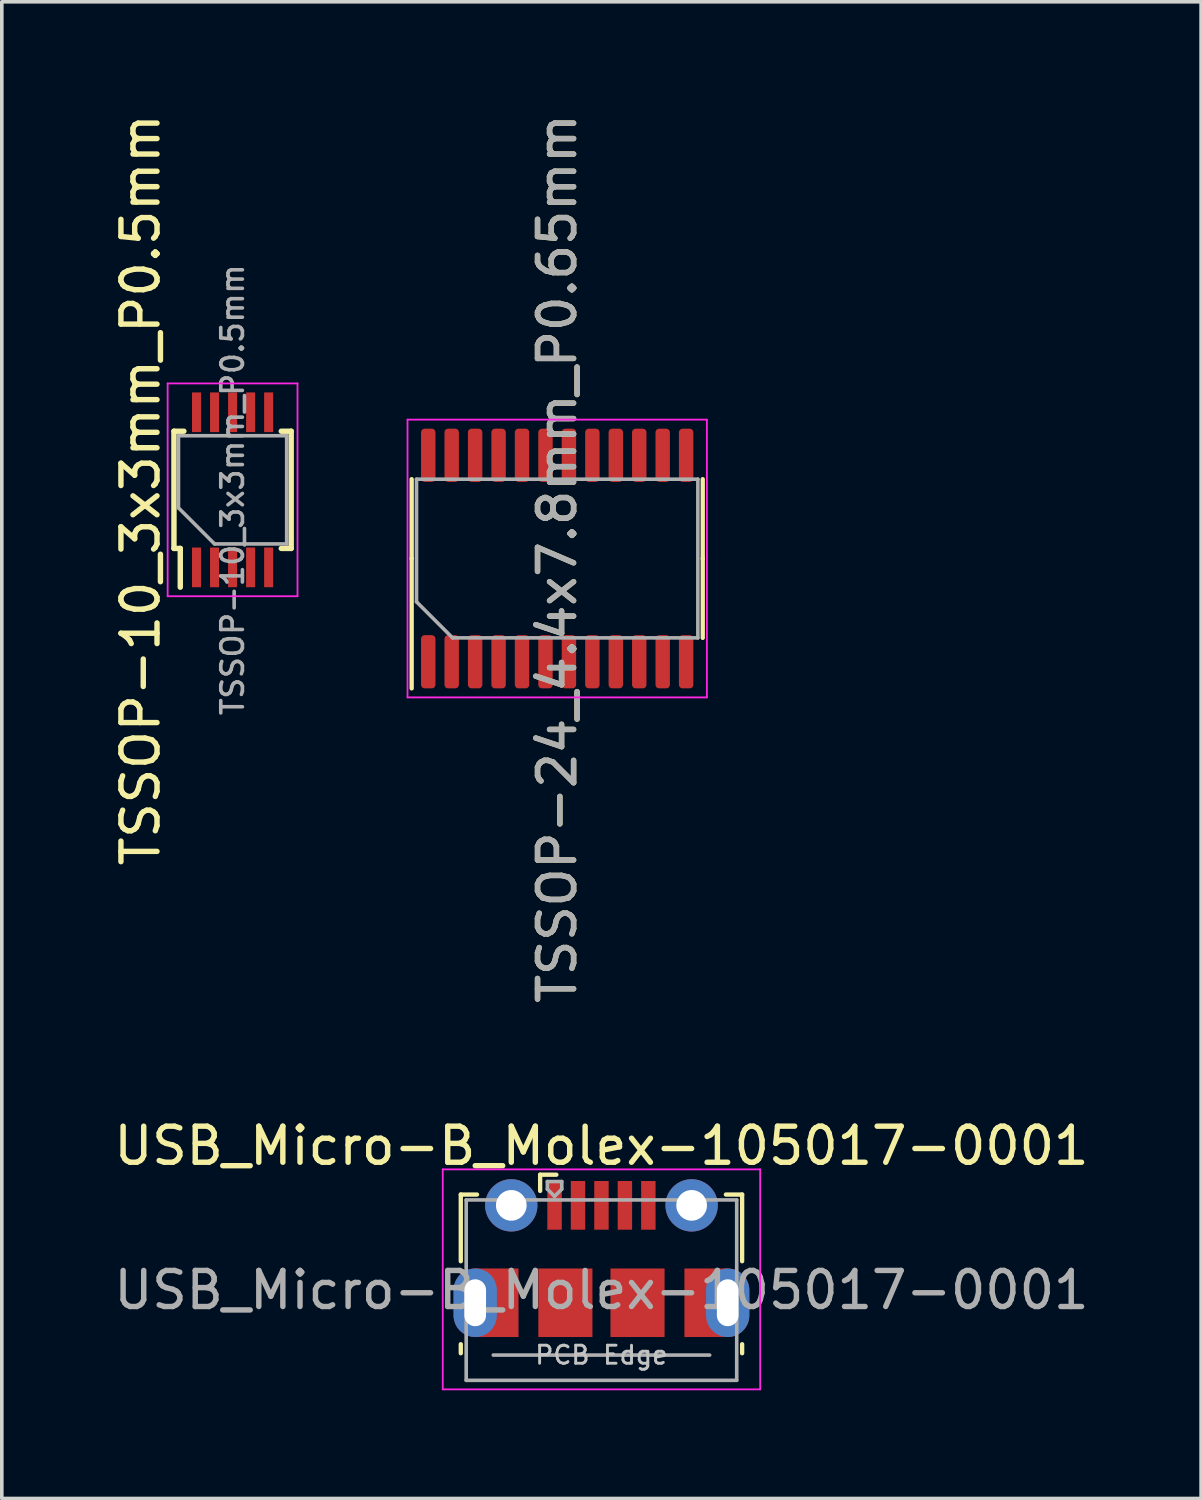
<source format=kicad_pcb>
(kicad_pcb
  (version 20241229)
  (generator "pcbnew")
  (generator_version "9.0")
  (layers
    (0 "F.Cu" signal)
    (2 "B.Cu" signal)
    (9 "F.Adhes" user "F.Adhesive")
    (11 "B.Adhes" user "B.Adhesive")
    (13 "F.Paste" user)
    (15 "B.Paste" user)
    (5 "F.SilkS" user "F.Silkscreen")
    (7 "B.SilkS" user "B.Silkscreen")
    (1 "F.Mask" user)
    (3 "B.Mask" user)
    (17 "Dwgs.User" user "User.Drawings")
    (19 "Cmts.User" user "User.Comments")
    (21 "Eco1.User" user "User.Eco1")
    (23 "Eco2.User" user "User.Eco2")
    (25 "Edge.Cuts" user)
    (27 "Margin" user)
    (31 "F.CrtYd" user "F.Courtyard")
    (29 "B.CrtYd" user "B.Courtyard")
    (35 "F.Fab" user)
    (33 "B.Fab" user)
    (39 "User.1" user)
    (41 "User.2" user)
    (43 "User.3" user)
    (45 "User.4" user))
  (footprint "TSSOP-10_3x3mm_P0.5mm"
    (layer "F.Cu")
    (at 3.398 10.53)
    (property "Reference" "TSSOP-10_3x3mm_P0.5mm" (at -2.55 0 90) (layer "F.SilkS") (effects (font (size 1 1) (thickness 0.15))))
    (attr smd)
    (fp_line (start -1.625 -1.625) (end -1.35 -1.625) (stroke (width 0.15) (type solid)) (layer "F.SilkS"))
    (fp_line (start -1.625 1.625) (end -1.625 -1.625) (stroke (width 0.15) (type solid)) (layer "F.SilkS"))
    (fp_line (start -1.625 1.625) (end -1.45 1.625) (stroke (width 0.15) (type solid)) (layer "F.SilkS"))
    (fp_line (start -1.45 1.625) (end -1.45 2.7) (stroke (width 0.15) (type solid)) (layer "F.SilkS"))
    (fp_line (start 1.625 -1.625) (end 1.35 -1.625) (stroke (width 0.15) (type solid)) (layer "F.SilkS"))
    (fp_line (start 1.625 1.625) (end 1.35 1.625) (stroke (width 0.15) (type solid)) (layer "F.SilkS"))
    (fp_line (start 1.625 1.625) (end 1.625 -1.625) (stroke (width 0.15) (type solid)) (layer "F.SilkS"))
    (fp_line (start -1.8 -2.95) (end 1.8 -2.95) (stroke (width 0.05) (type solid)) (layer "F.CrtYd"))
    (fp_line (start -1.8 2.95) (end -1.8 -2.95) (stroke (width 0.05) (type solid)) (layer "F.CrtYd"))
    (fp_line (start -1.8 2.95) (end 1.8 2.95) (stroke (width 0.05) (type solid)) (layer "F.CrtYd"))
    (fp_line (start 1.8 2.95) (end 1.8 -2.95) (stroke (width 0.05) (type solid)) (layer "F.CrtYd"))
    (fp_line (start -1.5 -1.5) (end 1.5 -1.5) (stroke (width 0.1) (type solid)) (layer "F.Fab"))
    (fp_line (start -1.5 0.5) (end -1.5 -1.5) (stroke (width 0.1) (type solid)) (layer "F.Fab"))
    (fp_line (start -0.5 1.5) (end -1.5 0.5) (stroke (width 0.1) (type solid)) (layer "F.Fab"))
    (fp_line (start 1.5 -1.5) (end 1.5 1.5) (stroke (width 0.1) (type solid)) (layer "F.Fab"))
    (fp_line (start 1.5 1.5) (end -0.5 1.5) (stroke (width 0.1) (type solid)) (layer "F.Fab"))
    (fp_text user "${REFERENCE}" (at 0 0 90) (layer "F.Fab") (effects (font (size 0.6 0.6) (thickness 0.1))))
    (pad "1" smd rect (at -1 2.15 90) (size 1.1 0.25) (layers "F.Cu" "F.Mask" "F.Paste"))
    (pad "2" smd rect (at -0.5 2.15 90) (size 1.1 0.25) (layers "F.Cu" "F.Mask" "F.Paste"))
    (pad "3" smd rect (at 0 2.15 90) (size 1.1 0.25) (layers "F.Cu" "F.Mask" "F.Paste"))
    (pad "4" smd rect (at 0.5 2.15 90) (size 1.1 0.25) (layers "F.Cu" "F.Mask" "F.Paste"))
    (pad "5" smd rect (at 1 2.15 90) (size 1.1 0.25) (layers "F.Cu" "F.Mask" "F.Paste"))
    (pad "6" smd rect (at 1 -2.15 90) (size 1.1 0.25) (layers "F.Cu" "F.Mask" "F.Paste"))
    (pad "7" smd rect (at 0.5 -2.15 90) (size 1.1 0.25) (layers "F.Cu" "F.Mask" "F.Paste"))
    (pad "8" smd rect (at 0 -2.15 90) (size 1.1 0.25) (layers "F.Cu" "F.Mask" "F.Paste"))
    (pad "9" smd rect (at -0.5 -2.15 90) (size 1.1 0.25) (layers "F.Cu" "F.Mask" "F.Paste"))
    (pad "10" smd rect (at -1 -2.15 90) (size 1.1 0.25) (layers "F.Cu" "F.Mask" "F.Paste")))
  (footprint "TSSOP-24_4.4x7.8mm_P0.65mm"
    (layer "F.Cu")
    (at 12.398 12.435)
    (property "Reference" "TSSOP-24_4.4x7.8mm_P0.65mm" (at 0 0 90) (layer "F.SilkS") (effects (font (size 1 1) (thickness 0.15))))
    (attr smd)
    (fp_line (start -4.035 0) (end -4.035 -2.2) (stroke (width 0.12) (type solid)) (layer "F.SilkS"))
    (fp_line (start -4.035 0) (end -4.035 3.6) (stroke (width 0.12) (type solid)) (layer "F.SilkS"))
    (fp_line (start 4.035 0) (end 4.035 -2.2) (stroke (width 0.12) (type solid)) (layer "F.SilkS"))
    (fp_line (start 4.035 0) (end 4.035 2.2) (stroke (width 0.12) (type solid)) (layer "F.SilkS"))
    (fp_line (start -4.15 -3.85) (end -4.15 3.85) (stroke (width 0.05) (type solid)) (layer "F.CrtYd"))
    (fp_line (start -4.15 3.85) (end 4.15 3.85) (stroke (width 0.05) (type solid)) (layer "F.CrtYd"))
    (fp_line (start 4.15 -3.85) (end -4.15 -3.85) (stroke (width 0.05) (type solid)) (layer "F.CrtYd"))
    (fp_line (start 4.15 3.85) (end 4.15 -3.85) (stroke (width 0.05) (type solid)) (layer "F.CrtYd"))
    (fp_line (start -3.9 -2.2) (end 3.9 -2.2) (stroke (width 0.1) (type solid)) (layer "F.Fab"))
    (fp_line (start -3.9 1.2) (end -3.9 -2.2) (stroke (width 0.1) (type solid)) (layer "F.Fab"))
    (fp_line (start -2.9 2.2) (end -3.9 1.2) (stroke (width 0.1) (type solid)) (layer "F.Fab"))
    (fp_line (start 3.9 -2.2) (end 3.9 2.2) (stroke (width 0.1) (type solid)) (layer "F.Fab"))
    (fp_line (start 3.9 2.2) (end -2.9 2.2) (stroke (width 0.1) (type solid)) (layer "F.Fab"))
    (fp_text user "${REFERENCE}" (at 0 0 90) (layer "F.Fab") (effects (font (size 1 1) (thickness 0.15))))
    (pad "1" smd roundrect (at -3.575 2.862 90) (size 1.475 0.4) (layers "F.Cu" "F.Mask" "F.Paste") (roundrect_rratio 0.25))
    (pad "2" smd roundrect (at -2.925 2.862 90) (size 1.475 0.4) (layers "F.Cu" "F.Mask" "F.Paste") (roundrect_rratio 0.25))
    (pad "3" smd roundrect (at -2.275 2.862 90) (size 1.475 0.4) (layers "F.Cu" "F.Mask" "F.Paste") (roundrect_rratio 0.25))
    (pad "4" smd roundrect (at -1.625 2.862 90) (size 1.475 0.4) (layers "F.Cu" "F.Mask" "F.Paste") (roundrect_rratio 0.25))
    (pad "5" smd roundrect (at -0.975 2.862 90) (size 1.475 0.4) (layers "F.Cu" "F.Mask" "F.Paste") (roundrect_rratio 0.25))
    (pad "6" smd roundrect (at -0.325 2.862 90) (size 1.475 0.4) (layers "F.Cu" "F.Mask" "F.Paste") (roundrect_rratio 0.25))
    (pad "7" smd roundrect (at 0.325 2.862 90) (size 1.475 0.4) (layers "F.Cu" "F.Mask" "F.Paste") (roundrect_rratio 0.25))
    (pad "8" smd roundrect (at 0.975 2.862 90) (size 1.475 0.4) (layers "F.Cu" "F.Mask" "F.Paste") (roundrect_rratio 0.25))
    (pad "9" smd roundrect (at 1.625 2.862 90) (size 1.475 0.4) (layers "F.Cu" "F.Mask" "F.Paste") (roundrect_rratio 0.25))
    (pad "10" smd roundrect (at 2.275 2.862 90) (size 1.475 0.4) (layers "F.Cu" "F.Mask" "F.Paste") (roundrect_rratio 0.25))
    (pad "11" smd roundrect (at 2.925 2.862 90) (size 1.475 0.4) (layers "F.Cu" "F.Mask" "F.Paste") (roundrect_rratio 0.25))
    (pad "12" smd roundrect (at 3.575 2.862 90) (size 1.475 0.4) (layers "F.Cu" "F.Mask" "F.Paste") (roundrect_rratio 0.25))
    (pad "13" smd roundrect (at 3.575 -2.862 90) (size 1.475 0.4) (layers "F.Cu" "F.Mask" "F.Paste") (roundrect_rratio 0.25))
    (pad "14" smd roundrect (at 2.925 -2.862 90) (size 1.475 0.4) (layers "F.Cu" "F.Mask" "F.Paste") (roundrect_rratio 0.25))
    (pad "15" smd roundrect (at 2.275 -2.862 90) (size 1.475 0.4) (layers "F.Cu" "F.Mask" "F.Paste") (roundrect_rratio 0.25))
    (pad "16" smd roundrect (at 1.625 -2.862 90) (size 1.475 0.4) (layers "F.Cu" "F.Mask" "F.Paste") (roundrect_rratio 0.25))
    (pad "17" smd roundrect (at 0.975 -2.862 90) (size 1.475 0.4) (layers "F.Cu" "F.Mask" "F.Paste") (roundrect_rratio 0.25))
    (pad "18" smd roundrect (at 0.325 -2.862 90) (size 1.475 0.4) (layers "F.Cu" "F.Mask" "F.Paste") (roundrect_rratio 0.25))
    (pad "19" smd roundrect (at -0.325 -2.862 90) (size 1.475 0.4) (layers "F.Cu" "F.Mask" "F.Paste") (roundrect_rratio 0.25))
    (pad "20" smd roundrect (at -0.975 -2.862 90) (size 1.475 0.4) (layers "F.Cu" "F.Mask" "F.Paste") (roundrect_rratio 0.25))
    (pad "21" smd roundrect (at -1.625 -2.862 90) (size 1.475 0.4) (layers "F.Cu" "F.Mask" "F.Paste") (roundrect_rratio 0.25))
    (pad "22" smd roundrect (at -2.275 -2.862 90) (size 1.475 0.4) (layers "F.Cu" "F.Mask" "F.Paste") (roundrect_rratio 0.25))
    (pad "23" smd roundrect (at -2.925 -2.862 90) (size 1.475 0.4) (layers "F.Cu" "F.Mask" "F.Paste") (roundrect_rratio 0.25))
    (pad "24" smd roundrect (at -3.575 -2.862 90) (size 1.475 0.4) (layers "F.Cu" "F.Mask" "F.Paste") (roundrect_rratio 0.25)))
  (footprint "USB_Micro-B_Molex-105017-0001"
    (layer "F.Cu")
    (at 13.625 31.83)
    (property "Reference" "USB_Micro-B_Molex-105017-0001" (at 0 -3.112 0) (layer "F.SilkS") (effects (font (size 1 1) (thickness 0.15))))
    (attr smd)
    (fp_line (start -3.9 -1.762) (end -3.45 -1.762) (stroke (width 0.12) (type solid)) (layer "F.SilkS"))
    (fp_line (start -3.9 0.087) (end -3.9 -1.762) (stroke (width 0.12) (type solid)) (layer "F.SilkS"))
    (fp_line (start -3.9 2.638) (end -3.9 2.388) (stroke (width 0.12) (type solid)) (layer "F.SilkS"))
    (fp_line (start -1.7 -2.312) (end -1.7 -1.863) (stroke (width 0.12) (type solid)) (layer "F.SilkS"))
    (fp_line (start -1.7 -2.312) (end -1.25 -2.312) (stroke (width 0.12) (type solid)) (layer "F.SilkS"))
    (fp_line (start 3.9 -1.762) (end 3.45 -1.762) (stroke (width 0.12) (type solid)) (layer "F.SilkS"))
    (fp_line (start 3.9 0.087) (end 3.9 -1.762) (stroke (width 0.12) (type solid)) (layer "F.SilkS"))
    (fp_line (start 3.9 2.638) (end 3.9 2.388) (stroke (width 0.12) (type solid)) (layer "F.SilkS"))
    (fp_line (start -4.4 -2.46) (end 4.4 -2.46) (stroke (width 0.05) (type solid)) (layer "F.CrtYd"))
    (fp_line (start -4.4 3.64) (end -4.4 -2.46) (stroke (width 0.05) (type solid)) (layer "F.CrtYd"))
    (fp_line (start -4.4 3.64) (end 4.4 3.64) (stroke (width 0.05) (type solid)) (layer "F.CrtYd"))
    (fp_line (start 4.4 -2.46) (end 4.4 3.64) (stroke (width 0.05) (type solid)) (layer "F.CrtYd"))
    (fp_line (start -3.75 -1.613) (end 3.75 -1.613) (stroke (width 0.1) (type solid)) (layer "F.Fab"))
    (fp_line (start -3.75 3.388) (end -3.75 -1.613) (stroke (width 0.1) (type solid)) (layer "F.Fab"))
    (fp_line (start -3.75 3.389) (end 3.75 3.389) (stroke (width 0.1) (type solid)) (layer "F.Fab"))
    (fp_line (start -3 2.689) (end 3 2.689) (stroke (width 0.1) (type solid)) (layer "F.Fab"))
    (fp_line (start -1.5 -2.123) (end -1.5 -1.913) (stroke (width 0.1) (type solid)) (layer "F.Fab"))
    (fp_line (start -1.5 -2.123) (end -1.1 -2.123) (stroke (width 0.1) (type solid)) (layer "F.Fab"))
    (fp_line (start -1.3 -1.712) (end -1.5 -1.913) (stroke (width 0.1) (type solid)) (layer "F.Fab"))
    (fp_line (start -1.1 -2.123) (end -1.1 -1.913) (stroke (width 0.1) (type solid)) (layer "F.Fab"))
    (fp_line (start -1.1 -1.913) (end -1.3 -1.712) (stroke (width 0.1) (type solid)) (layer "F.Fab"))
    (fp_line (start 3.75 3.388) (end 3.75 -1.613) (stroke (width 0.1) (type solid)) (layer "F.Fab"))
    (fp_text user "PCB Edge" (at 0 2.688 0) (layer "Dwgs.User") (effects (font (size 0.5 0.5) (thickness 0.08))))
    (fp_text user "${REFERENCE}" (at 0 0.887 0) (layer "F.Fab") (effects (font (size 1 1) (thickness 0.15))))
    (pad "1" smd rect (at -1.3 -1.462) (size 0.4 1.35) (layers "F.Cu" "F.Mask" "F.Paste"))
    (pad "2" smd rect (at -0.65 -1.462) (size 0.4 1.35) (layers "F.Cu" "F.Mask" "F.Paste"))
    (pad "3" smd rect (at 0 -1.462) (size 0.4 1.35) (layers "F.Cu" "F.Mask" "F.Paste"))
    (pad "4" smd rect (at 0.65 -1.462) (size 0.4 1.35) (layers "F.Cu" "F.Mask" "F.Paste"))
    (pad "5" smd rect (at 1.3 -1.462) (size 0.4 1.35) (layers "F.Cu" "F.Mask" "F.Paste"))
    (pad "6" thru_hole oval (at -3.5 1.238 180) (size 1.2 1.9) (drill oval 0.6 1.3) (layers "*.Cu" "*.Mask"))
    (pad "6" smd rect (at -2.9 1.238) (size 1.2 1.9) (layers "F.Cu" "F.Mask"))
    (pad "6" thru_hole circle (at -2.5 -1.462) (size 1.45 1.45) (drill 0.85) (layers "*.Cu" "*.Mask"))
    (pad "6" smd rect (at -1 1.238) (size 1.5 1.9) (layers "F.Cu" "F.Mask" "F.Paste"))
    (pad "6" smd rect (at 1 1.238) (size 1.5 1.9) (layers "F.Cu" "F.Mask" "F.Paste"))
    (pad "6" thru_hole circle (at 2.5 -1.462) (size 1.45 1.45) (drill 0.85) (layers "*.Cu" "*.Mask"))
    (pad "6" smd rect (at 2.9 1.238) (size 1.2 1.9) (layers "F.Cu" "F.Mask"))
    (pad "6" thru_hole oval (at 3.5 1.238) (size 1.2 1.9) (drill oval 0.6 1.3) (layers "*.Cu" "*.Mask")))
  (gr_rect
    (start -3 -3)
    (end 30.25 38.495)
    (stroke (width 0.1) (type default))
    (fill no)
    (layer "Edge.Cuts")))
</source>
